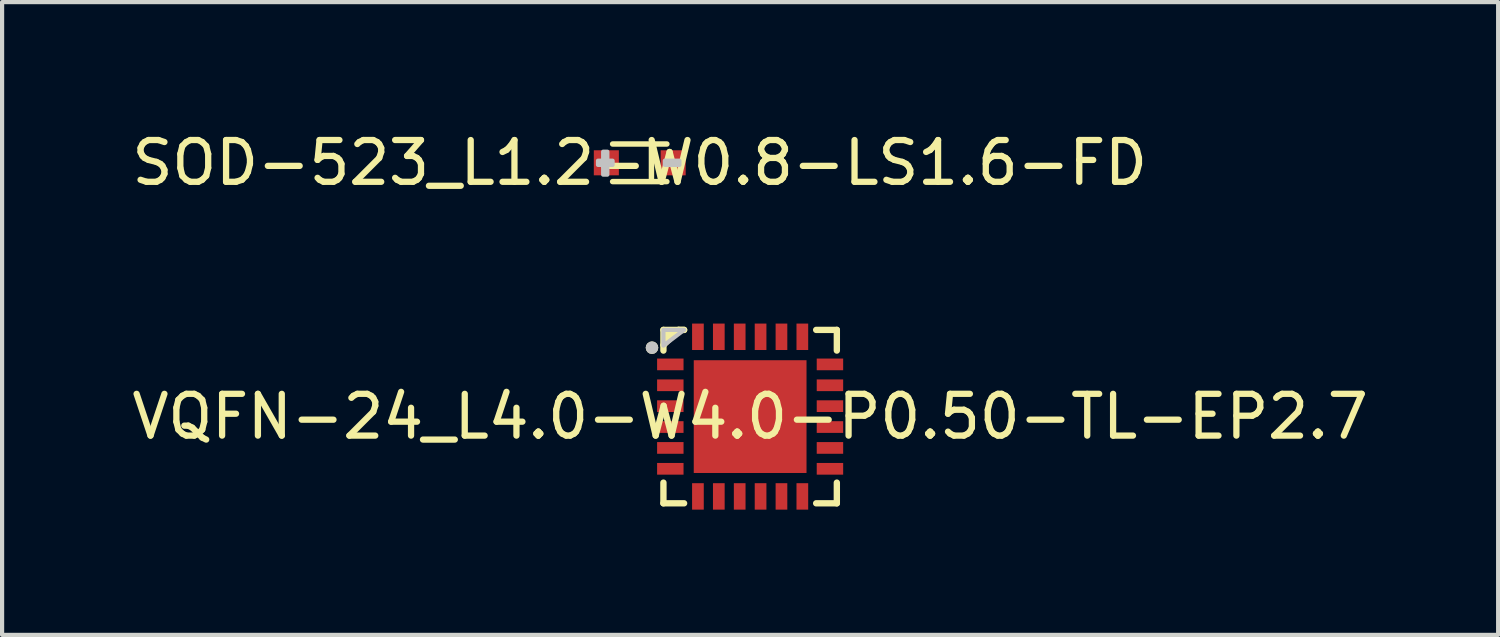
<source format=kicad_pcb>
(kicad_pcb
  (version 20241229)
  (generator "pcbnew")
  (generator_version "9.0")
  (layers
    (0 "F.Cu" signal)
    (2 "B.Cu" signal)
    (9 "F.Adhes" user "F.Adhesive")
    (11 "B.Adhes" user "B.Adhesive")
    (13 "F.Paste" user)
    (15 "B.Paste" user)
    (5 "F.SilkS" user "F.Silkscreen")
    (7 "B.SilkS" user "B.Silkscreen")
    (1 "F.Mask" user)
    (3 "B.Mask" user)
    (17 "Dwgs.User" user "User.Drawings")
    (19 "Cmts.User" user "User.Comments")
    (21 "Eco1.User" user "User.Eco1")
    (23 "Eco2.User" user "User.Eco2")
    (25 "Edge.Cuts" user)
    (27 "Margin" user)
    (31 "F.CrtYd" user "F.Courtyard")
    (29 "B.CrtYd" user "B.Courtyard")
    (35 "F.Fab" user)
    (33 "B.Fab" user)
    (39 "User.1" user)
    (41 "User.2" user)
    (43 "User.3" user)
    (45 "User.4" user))
  (footprint "SOD-523_L1.2-W0.8-LS1.6-FD"
    (layer "F.Cu")
    (at 12.268 0.848)
    (property "Reference" "SOD-523_L1.2-W0.8-LS1.6-FD" (at 0 0 0) (layer "F.SilkS") (effects (font (size 1 1) (thickness 0.15))))
    (fp_line (start -0.65 -0.45) (end 0.65 -0.45) (stroke (width 0.13) (type default)) (layer "F.SilkS"))
    (fp_line (start -0.65 0.45) (end 0.65 0.45) (stroke (width 0.13) (type default)) (layer "F.SilkS"))
    (fp_line (start 0.28 -0.406) (end 0.28 0.444) (stroke (width 0.13) (type default)) (layer "F.SilkS"))
    (fp_poly (pts (xy -1 -0.05) (xy -0.65 -0.05) (xy -0.65 0.05) (xy -1 0.05)) (stroke (width 0.1) (type default)) (fill no) (layer "Dwgs.User"))
    (fp_poly (pts (xy -0.876 -0.266) (xy -0.776 -0.266) (xy -0.776 0.284) (xy -0.876 0.284)) (stroke (width 0.1) (type default)) (fill no) (layer "Dwgs.User"))
    (fp_poly (pts (xy 0.6 -0.05) (xy 0.95 -0.05) (xy 0.95 0.05) (xy 0.6 0.05)) (stroke (width 0.1) (type default)) (fill no) (layer "Dwgs.User"))
    (fp_poly (pts (xy -0.8 -0.15) (xy -0.508 -0.15) (xy -0.508 0.15) (xy -0.8 0.15)) (stroke (width 0.1) (type default)) (fill no) (layer "User.1"))
    (fp_poly (pts (xy 0.8 0.15) (xy 0.508 0.15) (xy 0.508 -0.15) (xy 0.8 -0.15)) (stroke (width 0.1) (type default)) (fill no) (layer "User.1"))
    (fp_line (start -0.6 -0.4) (end 0.6 -0.4) (stroke (width 0.051) (type default)) (layer "User.2"))
    (fp_line (start -0.6 0.4) (end -0.6 -0.4) (stroke (width 0.051) (type default)) (layer "User.2"))
    (fp_line (start 0.6 -0.4) (end 0.6 0.4) (stroke (width 0.051) (type default)) (layer "User.2"))
    (fp_line (start 0.6 0.4) (end -0.6 0.4) (stroke (width 0.051) (type default)) (layer "User.2"))
    (fp_poly (pts (xy -0.745 0.377) (xy -0.777 0.345) (xy -0.823 0.345) (xy -0.855 0.377) (xy -0.855 0.423) (xy -0.823 0.455) (xy -0.777 0.455) (xy -0.745 0.423)) (stroke (width 0.1) (type default)) (fill no) (layer "User.3"))
    (pad "1" smd rect (at -0.8 0) (size 0.6 0.6) (layers "F.Cu" "F.Mask" "F.Paste"))
    (pad "2" smd rect (at 0.8 0 180) (size 0.6 0.6) (layers "F.Cu" "F.Mask" "F.Paste")))
  (footprint "VQFN-24_L4.0-W4.0-P0.50-TL-EP2.7"
    (layer "F.Cu")
    (at 14.911 6.925)
    (property "Reference" "VQFN-24_L4.0-W4.0-P0.50-TL-EP2.7" (at 0 0 0) (layer "F.SilkS") (effects (font (size 1 1) (thickness 0.15))))
    (fp_line (start -2.076 -2.076) (end -2.076 -1.581) (stroke (width 0.152) (type default)) (layer "F.SilkS"))
    (fp_line (start -2.076 2.076) (end -2.076 1.581) (stroke (width 0.152) (type default)) (layer "F.SilkS"))
    (fp_line (start -1.713 -2.076) (end -2.076 -1.713) (stroke (width 0.152) (type default)) (layer "F.SilkS"))
    (fp_line (start -1.581 -2.076) (end -2.076 -2.076) (stroke (width 0.152) (type default)) (layer "F.SilkS"))
    (fp_line (start -1.581 -2.076) (end -1.713 -2.076) (stroke (width 0.152) (type default)) (layer "F.SilkS"))
    (fp_line (start -1.581 2.076) (end -2.076 2.076) (stroke (width 0.152) (type default)) (layer "F.SilkS"))
    (fp_line (start 1.581 -2.076) (end 2.076 -2.076) (stroke (width 0.152) (type default)) (layer "F.SilkS"))
    (fp_line (start 1.581 2.076) (end 2.076 2.076) (stroke (width 0.152) (type default)) (layer "F.SilkS"))
    (fp_line (start 2.076 -2.076) (end 2.076 -1.581) (stroke (width 0.152) (type default)) (layer "F.SilkS"))
    (fp_line (start 2.076 2.076) (end 2.076 1.581) (stroke (width 0.152) (type default)) (layer "F.SilkS"))
    (fp_circle (center -2.35 -1.65) (end -2.275 -1.65) (stroke (width 0.15) (type default)) (fill no) (layer "F.SilkS"))
    (fp_poly (pts (xy -1.581 -2.076) (xy -2.076 -2.076) (xy -2.076 -1.7)) (stroke (width 0) (type default)) (fill yes) (layer "F.SilkS"))
    (fp_poly (pts (xy -2.228 -1.39) (xy -1.595 -1.39) (xy -1.595 -1.11) (xy -2.228 -1.11)) (stroke (width 0) (type default)) (fill yes) (layer "F.Paste"))
    (fp_poly (pts (xy -2.228 -0.89) (xy -1.595 -0.89) (xy -1.595 -0.61) (xy -2.228 -0.61)) (stroke (width 0) (type default)) (fill yes) (layer "F.Paste"))
    (fp_poly (pts (xy -2.228 -0.39) (xy -1.595 -0.39) (xy -1.595 -0.11) (xy -2.228 -0.11)) (stroke (width 0) (type default)) (fill yes) (layer "F.Paste"))
    (fp_poly (pts (xy -2.228 0.11) (xy -1.595 0.11) (xy -1.595 0.39) (xy -2.228 0.39)) (stroke (width 0) (type default)) (fill yes) (layer "F.Paste"))
    (fp_poly (pts (xy -2.228 0.61) (xy -1.595 0.61) (xy -1.595 0.89) (xy -2.228 0.89)) (stroke (width 0) (type default)) (fill yes) (layer "F.Paste"))
    (fp_poly (pts (xy -2.228 1.11) (xy -1.595 1.11) (xy -1.595 1.39) (xy -2.228 1.39)) (stroke (width 0) (type default)) (fill yes) (layer "F.Paste"))
    (fp_poly (pts (xy -1.39 -2.228) (xy -1.11 -2.228) (xy -1.11 -1.595) (xy -1.39 -1.595)) (stroke (width 0) (type default)) (fill yes) (layer "F.Paste"))
    (fp_poly (pts (xy -1.39 1.595) (xy -1.11 1.595) (xy -1.11 2.228) (xy -1.39 2.228)) (stroke (width 0) (type default)) (fill yes) (layer "F.Paste"))
    (fp_poly (pts (xy -1.08 -1.08) (xy 1.08 -1.08) (xy 1.08 1.08) (xy -1.08 1.08)) (stroke (width 0) (type default)) (fill yes) (layer "F.Paste"))
    (fp_poly (pts (xy -0.89 -2.228) (xy -0.61 -2.228) (xy -0.61 -1.595) (xy -0.89 -1.595)) (stroke (width 0) (type default)) (fill yes) (layer "F.Paste"))
    (fp_poly (pts (xy -0.89 1.595) (xy -0.61 1.595) (xy -0.61 2.228) (xy -0.89 2.228)) (stroke (width 0) (type default)) (fill yes) (layer "F.Paste"))
    (fp_poly (pts (xy -0.39 -2.228) (xy -0.11 -2.228) (xy -0.11 -1.595) (xy -0.39 -1.595)) (stroke (width 0) (type default)) (fill yes) (layer "F.Paste"))
    (fp_poly (pts (xy -0.39 1.595) (xy -0.11 1.595) (xy -0.11 2.228) (xy -0.39 2.228)) (stroke (width 0) (type default)) (fill yes) (layer "F.Paste"))
    (fp_poly (pts (xy 0.11 -2.228) (xy 0.39 -2.228) (xy 0.39 -1.595) (xy 0.11 -1.595)) (stroke (width 0) (type default)) (fill yes) (layer "F.Paste"))
    (fp_poly (pts (xy 0.11 1.595) (xy 0.39 1.595) (xy 0.39 2.228) (xy 0.11 2.228)) (stroke (width 0) (type default)) (fill yes) (layer "F.Paste"))
    (fp_poly (pts (xy 0.61 -2.228) (xy 0.89 -2.228) (xy 0.89 -1.595) (xy 0.61 -1.595)) (stroke (width 0) (type default)) (fill yes) (layer "F.Paste"))
    (fp_poly (pts (xy 0.61 1.595) (xy 0.89 1.595) (xy 0.89 2.228) (xy 0.61 2.228)) (stroke (width 0) (type default)) (fill yes) (layer "F.Paste"))
    (fp_poly (pts (xy 1.11 -2.228) (xy 1.39 -2.228) (xy 1.39 -1.595) (xy 1.11 -1.595)) (stroke (width 0) (type default)) (fill yes) (layer "F.Paste"))
    (fp_poly (pts (xy 1.11 1.595) (xy 1.39 1.595) (xy 1.39 2.228) (xy 1.11 2.228)) (stroke (width 0) (type default)) (fill yes) (layer "F.Paste"))
    (fp_poly (pts (xy 1.595 -1.39) (xy 2.228 -1.39) (xy 2.228 -1.11) (xy 1.595 -1.11)) (stroke (width 0) (type default)) (fill yes) (layer "F.Paste"))
    (fp_poly (pts (xy 1.595 -0.89) (xy 2.228 -0.89) (xy 2.228 -0.61) (xy 1.595 -0.61)) (stroke (width 0) (type default)) (fill yes) (layer "F.Paste"))
    (fp_poly (pts (xy 1.595 -0.39) (xy 2.228 -0.39) (xy 2.228 -0.11) (xy 1.595 -0.11)) (stroke (width 0) (type default)) (fill yes) (layer "F.Paste"))
    (fp_poly (pts (xy 1.595 0.11) (xy 2.228 0.11) (xy 2.228 0.39) (xy 1.595 0.39)) (stroke (width 0) (type default)) (fill yes) (layer "F.Paste"))
    (fp_poly (pts (xy 1.595 0.61) (xy 2.228 0.61) (xy 2.228 0.89) (xy 1.595 0.89)) (stroke (width 0) (type default)) (fill yes) (layer "F.Paste"))
    (fp_poly (pts (xy 1.595 1.11) (xy 2.228 1.11) (xy 2.228 1.39) (xy 1.595 1.39)) (stroke (width 0) (type default)) (fill yes) (layer "F.Paste"))
    (fp_circle (center -2.35 -1.65) (end -2.275 -1.65) (stroke (width 0.15) (type default)) (fill no) (layer "Dwgs.User"))
    (fp_poly (pts (xy -1.581 -2.076) (xy -2.076 -2.076) (xy -2.076 -1.7)) (stroke (width 0.1) (type default)) (fill no) (layer "Dwgs.User"))
    (fp_poly (pts (xy -2 -1.129) (xy -2 -1.369) (xy -1.6 -1.369) (xy -1.6 -1.129)) (stroke (width 0.1) (type default)) (fill no) (layer "User.1"))
    (fp_poly (pts (xy -2 -0.628) (xy -2 -0.869) (xy -1.6 -0.869) (xy -1.6 -0.628)) (stroke (width 0.1) (type default)) (fill no) (layer "User.1"))
    (fp_poly (pts (xy -2 -0.129) (xy -2 -0.368) (xy -1.6 -0.368) (xy -1.6 -0.129)) (stroke (width 0.1) (type default)) (fill no) (layer "User.1"))
    (fp_poly (pts (xy -2 0.371) (xy -2 0.132) (xy -1.6 0.132) (xy -1.6 0.371)) (stroke (width 0.1) (type default)) (fill no) (layer "User.1"))
    (fp_poly (pts (xy -2 0.872) (xy -2 0.631) (xy -1.6 0.631) (xy -1.6 0.872)) (stroke (width 0.1) (type default)) (fill no) (layer "User.1"))
    (fp_poly (pts (xy -2 1.371) (xy -2 1.131) (xy -1.6 1.131) (xy -1.6 1.371)) (stroke (width 0.1) (type default)) (fill no) (layer "User.1"))
    (fp_poly (pts (xy -1.371 -1.998) (xy -1.131 -1.998) (xy -1.131 -1.598) (xy -1.371 -1.598)) (stroke (width 0.1) (type default)) (fill no) (layer "User.1"))
    (fp_poly (pts (xy -1.25 -1.25) (xy 1.25 -1.25) (xy 1.25 1.25) (xy -1.25 1.25)) (stroke (width 0.1) (type default)) (fill no) (layer "User.1"))
    (fp_poly (pts (xy -1.13 2) (xy -1.37 2) (xy -1.37 1.6) (xy -1.13 1.6)) (stroke (width 0.1) (type default)) (fill no) (layer "User.1"))
    (fp_poly (pts (xy -0.872 -1.998) (xy -0.632 -1.998) (xy -0.632 -1.598) (xy -0.872 -1.598)) (stroke (width 0.1) (type default)) (fill no) (layer "User.1"))
    (fp_poly (pts (xy -0.63 2) (xy -0.871 2) (xy -0.871 1.6) (xy -0.63 1.6)) (stroke (width 0.1) (type default)) (fill no) (layer "User.1"))
    (fp_poly (pts (xy -0.371 -1.998) (xy -0.132 -1.998) (xy -0.132 -1.598) (xy -0.371 -1.598)) (stroke (width 0.1) (type default)) (fill no) (layer "User.1"))
    (fp_poly (pts (xy -0.13 2) (xy -0.37 2) (xy -0.37 1.6) (xy -0.13 1.6)) (stroke (width 0.1) (type default)) (fill no) (layer "User.1"))
    (fp_poly (pts (xy 0.128 -1.998) (xy 0.368 -1.998) (xy 0.368 -1.598) (xy 0.128 -1.598)) (stroke (width 0.1) (type default)) (fill no) (layer "User.1"))
    (fp_poly (pts (xy 0.369 2) (xy 0.13 2) (xy 0.13 1.6) (xy 0.369 1.6)) (stroke (width 0.1) (type default)) (fill no) (layer "User.1"))
    (fp_poly (pts (xy 0.628 -1.998) (xy 0.869 -1.998) (xy 0.869 -1.598) (xy 0.628 -1.598)) (stroke (width 0.1) (type default)) (fill no) (layer "User.1"))
    (fp_poly (pts (xy 0.87 2) (xy 0.63 2) (xy 0.63 1.6) (xy 0.87 1.6)) (stroke (width 0.1) (type default)) (fill no) (layer "User.1"))
    (fp_poly (pts (xy 1.128 -1.998) (xy 1.368 -1.998) (xy 1.368 -1.598) (xy 1.128 -1.598)) (stroke (width 0.1) (type default)) (fill no) (layer "User.1"))
    (fp_poly (pts (xy 1.369 2) (xy 1.129 2) (xy 1.129 1.6) (xy 1.369 1.6)) (stroke (width 0.1) (type default)) (fill no) (layer "User.1"))
    (fp_poly (pts (xy 1.998 -1.37) (xy 1.998 -1.13) (xy 1.598 -1.13) (xy 1.598 -1.37)) (stroke (width 0.1) (type default)) (fill no) (layer "User.1"))
    (fp_poly (pts (xy 1.998 -0.87) (xy 1.998 -0.63) (xy 1.598 -0.63) (xy 1.598 -0.87)) (stroke (width 0.1) (type default)) (fill no) (layer "User.1"))
    (fp_poly (pts (xy 1.998 -0.37) (xy 1.998 -0.13) (xy 1.598 -0.13) (xy 1.598 -0.37)) (stroke (width 0.1) (type default)) (fill no) (layer "User.1"))
    (fp_poly (pts (xy 1.998 0.13) (xy 1.998 0.37) (xy 1.598 0.37) (xy 1.598 0.13)) (stroke (width 0.1) (type default)) (fill no) (layer "User.1"))
    (fp_poly (pts (xy 1.998 0.63) (xy 1.998 0.87) (xy 1.598 0.87) (xy 1.598 0.63)) (stroke (width 0.1) (type default)) (fill no) (layer "User.1"))
    (fp_poly (pts (xy 1.998 1.13) (xy 1.998 1.37) (xy 1.598 1.37) (xy 1.598 1.13)) (stroke (width 0.1) (type default)) (fill no) (layer "User.1"))
    (fp_line (start -2.001 -2) (end 2 -2) (stroke (width 0.051) (type default)) (layer "User.2"))
    (fp_line (start -2.001 2) (end -2.001 -2) (stroke (width 0.051) (type default)) (layer "User.2"))
    (fp_line (start 2 -2) (end 2 2) (stroke (width 0.051) (type default)) (layer "User.2"))
    (fp_line (start 2 2) (end -2.001 2) (stroke (width 0.051) (type default)) (layer "User.2"))
    (fp_poly (pts (xy -1.945 -2.023) (xy -1.978 -2.056) (xy -2.023 -2.056) (xy -2.056 -2.023) (xy -2.056 -1.978) (xy -2.023 -1.945) (xy -1.978 -1.945) (xy -1.945 -1.978)) (stroke (width 0.1) (type default)) (fill no) (layer "User.3"))
    (pad "1" smd rect (at -1.911 -1.25) (size 0.633 0.28) (layers "F.Cu" "F.Mask" "F.Paste"))
    (pad "2" smd rect (at -1.911 -0.75) (size 0.633 0.28) (layers "F.Cu" "F.Mask" "F.Paste"))
    (pad "3" smd rect (at -1.911 -0.25) (size 0.633 0.28) (layers "F.Cu" "F.Mask" "F.Paste"))
    (pad "4" smd rect (at -1.911 0.25) (size 0.633 0.28) (layers "F.Cu" "F.Mask" "F.Paste"))
    (pad "5" smd rect (at -1.911 0.75) (size 0.633 0.28) (layers "F.Cu" "F.Mask" "F.Paste"))
    (pad "6" smd rect (at -1.911 1.25) (size 0.633 0.28) (layers "F.Cu" "F.Mask" "F.Paste"))
    (pad "7" smd rect (at -1.25 1.911) (size 0.28 0.633) (layers "F.Cu" "F.Mask" "F.Paste"))
    (pad "8" smd rect (at -0.75 1.911) (size 0.28 0.633) (layers "F.Cu" "F.Mask" "F.Paste"))
    (pad "9" smd rect (at -0.25 1.911) (size 0.28 0.633) (layers "F.Cu" "F.Mask" "F.Paste"))
    (pad "10" smd rect (at 0.25 1.911) (size 0.28 0.633) (layers "F.Cu" "F.Mask" "F.Paste"))
    (pad "11" smd rect (at 0.75 1.911) (size 0.28 0.633) (layers "F.Cu" "F.Mask" "F.Paste"))
    (pad "12" smd rect (at 1.25 1.911) (size 0.28 0.633) (layers "F.Cu" "F.Mask" "F.Paste"))
    (pad "13" smd rect (at 1.911 1.25) (size 0.633 0.28) (layers "F.Cu" "F.Mask" "F.Paste"))
    (pad "14" smd rect (at 1.911 0.75) (size 0.633 0.28) (layers "F.Cu" "F.Mask" "F.Paste"))
    (pad "15" smd rect (at 1.911 0.25) (size 0.633 0.28) (layers "F.Cu" "F.Mask" "F.Paste"))
    (pad "16" smd rect (at 1.911 -0.25) (size 0.633 0.28) (layers "F.Cu" "F.Mask" "F.Paste"))
    (pad "17" smd rect (at 1.911 -0.75) (size 0.633 0.28) (layers "F.Cu" "F.Mask" "F.Paste"))
    (pad "18" smd rect (at 1.911 -1.25) (size 0.633 0.28) (layers "F.Cu" "F.Mask" "F.Paste"))
    (pad "19" smd rect (at 1.25 -1.911) (size 0.28 0.633) (layers "F.Cu" "F.Mask" "F.Paste"))
    (pad "20" smd rect (at 0.75 -1.911) (size 0.28 0.633) (layers "F.Cu" "F.Mask" "F.Paste"))
    (pad "21" smd rect (at 0.25 -1.911) (size 0.28 0.633) (layers "F.Cu" "F.Mask" "F.Paste"))
    (pad "22" smd rect (at -0.25 -1.911) (size 0.28 0.633) (layers "F.Cu" "F.Mask" "F.Paste"))
    (pad "23" smd rect (at -0.75 -1.911) (size 0.28 0.633) (layers "F.Cu" "F.Mask" "F.Paste"))
    (pad "24" smd rect (at -1.25 -1.911) (size 0.28 0.633) (layers "F.Cu" "F.Mask" "F.Paste"))
    (pad "25" smd rect (at 0 0) (size 2.7 2.7) (layers "F.Cu" "F.Mask" "F.Paste")))
  (gr_rect
    (start -3 -3)
    (end 32.821 12.152)
    (stroke (width 0.1) (type default))
    (fill no)
    (layer "Edge.Cuts")))
</source>
